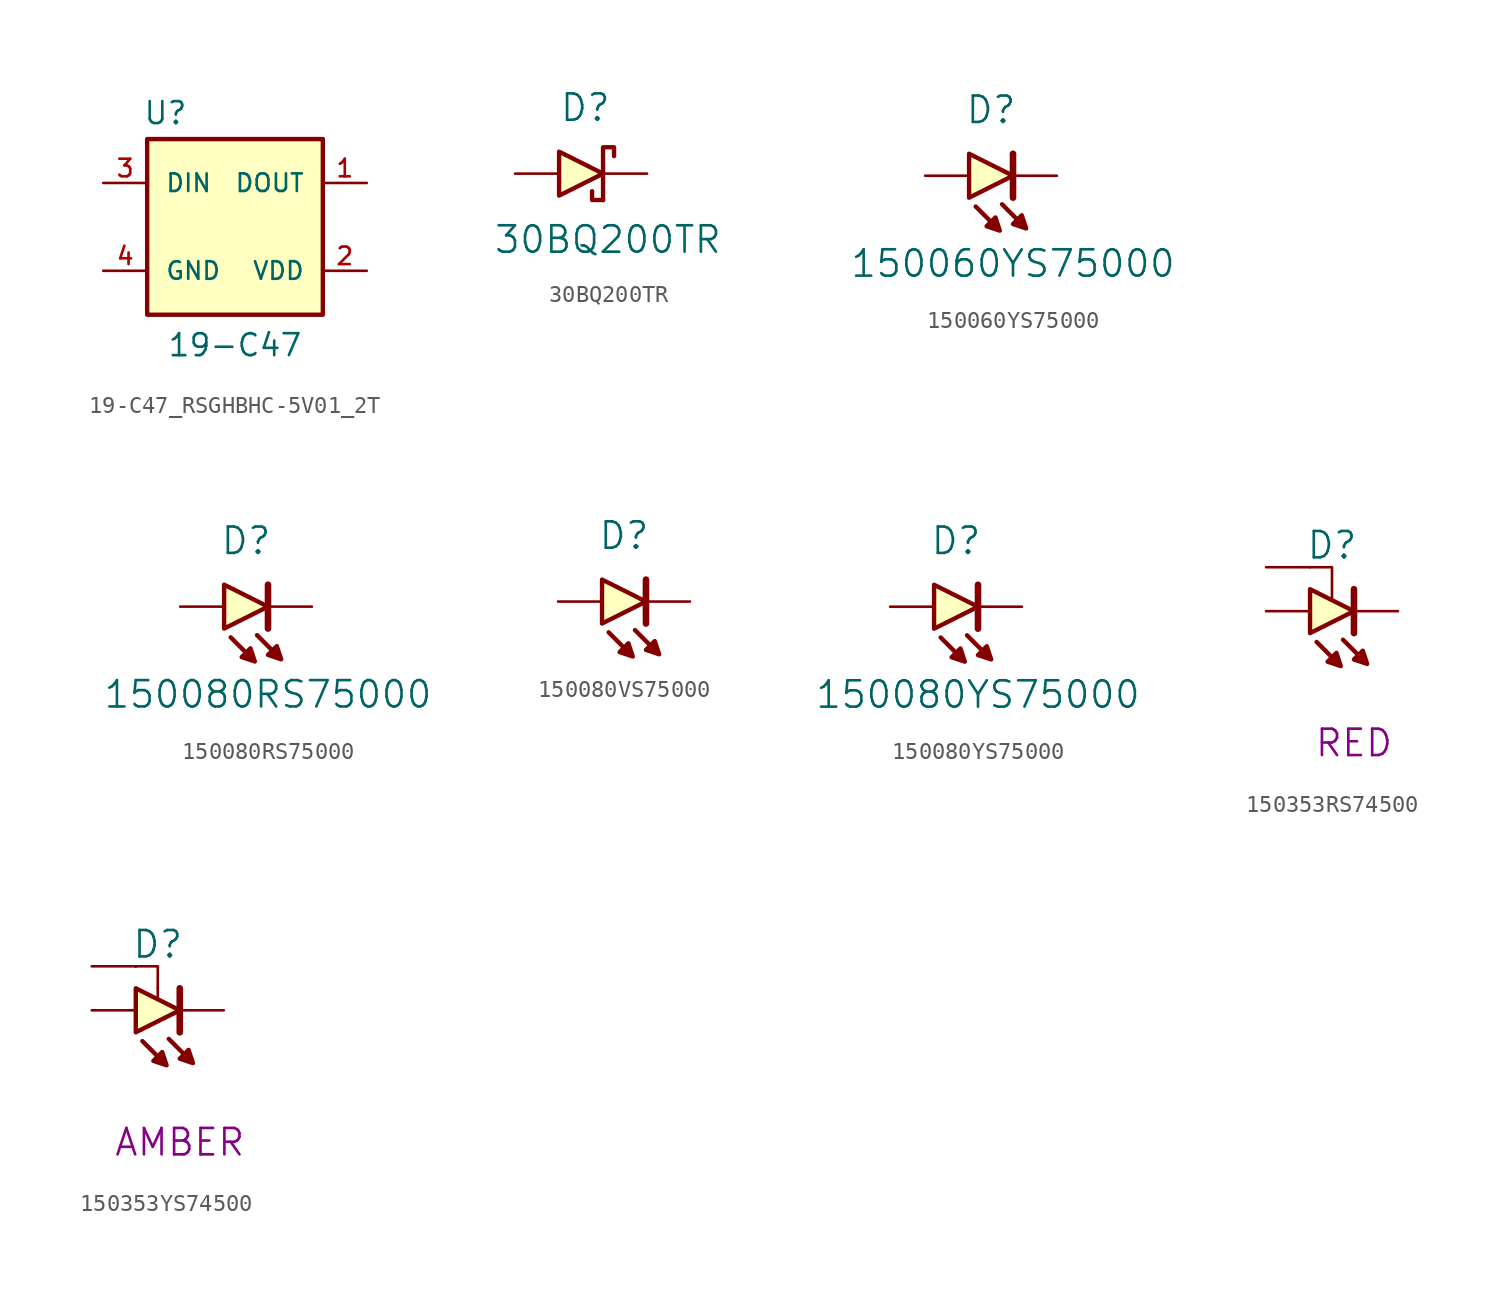
<source format=kicad_sym>
(kicad_symbol_lib
  (version 20241209)
  (generator "kicad_symbol_editor")
  (generator_version "9.0")
  (symbol "19-C47_RSGHBHC-5V01_2T"
    (pin_names
      (offset 1.016))
    (property "Reference" "U"
      (at -5.334 5.842 0)
      (effects (font (size 1.27 1.27)) (justify left bottom)))
    (property "Value" "19-C47"
      (at 0 -6.096 0)
      (effects (font (size 1.27 1.27)) (justify top)))
    (symbol "19-C47_RSGHBHC-5V01_2T_0_0"
      (rectangle (start -5.08 5.08) (end 5.08 -5.08) (stroke (width 0.254) (type default)) (fill (type background))))
    (symbol "19-C47_RSGHBHC-5V01_2T_1_0"
      (pin input line (at -7.62 2.54 0) (length 2.54) (name "DIN" (effects (font (size 1.016 1.016)))) (number "3" (effects (font (size 1.016 1.016)))))
      (pin power_in line (at -7.62 -2.54 0) (length 2.54) (name "GND" (effects (font (size 1.016 1.016)))) (number "4" (effects (font (size 1.016 1.016)))))
      (pin output line (at 7.62 2.54 180) (length 2.54) (name "DOUT" (effects (font (size 1.016 1.016)))) (number "1" (effects (font (size 1.016 1.016)))))
      (pin power_in line (at 7.62 -2.54 180) (length 2.54) (name "VDD" (effects (font (size 1.016 1.016)))) (number "2" (effects (font (size 1.016 1.016)))))))
  (symbol "30BQ200TR"
    (pin_numbers
      (hide yes))
    (pin_names
      (offset 0)
      (hide yes))
    (property "Reference" "D"
      (at -1.27 3.81 0)
      (effects (font (size 1.524 1.524)) (justify left)))
    (property "Value" "30BQ200TR"
      (at -5.08 -3.81 0)
      (effects (font (size 1.524 1.524)) (justify left)))
    (symbol "30BQ200TR_0_1"
      (polyline (pts (xy -1.27 1.27) (xy -1.27 -1.27) (xy 1.27 0) (xy -1.27 1.27)) (stroke (width 0.254) (type default)) (fill (type background)))
      (polyline (pts (xy 1.27 -1.524) (xy 0.635 -1.524) (xy 0.635 -1.016)) (stroke (width 0.254) (type default)) (fill (type none)))
      (polyline (pts (xy 1.27 -1.524) (xy 1.27 1.524) (xy 1.905 1.524) (xy 1.905 1.016)) (stroke (width 0.254) (type default)) (fill (type none))))
    (symbol "30BQ200TR_1_1"
      (pin input line (at -3.81 0 0) (length 2.54) (name "Anode" (effects (font (size 1.27 1.27)))) (number "2" (effects (font (size 1.27 1.27)))))
      (pin input line (at 3.81 0 180) (length 2.54) (name "Cathode" (effects (font (size 1.27 1.27)))) (number "1" (effects (font (size 1.27 1.27)))))))
  (symbol "150060YS75000"
    (pin_numbers
      (hide yes))
    (pin_names
      (offset 0)
      (hide yes))
    (property "Reference" "D"
      (at -1.27 3.81 0)
      (effects (font (size 1.524 1.524))))
    (property "Value" "150060YS75000"
      (at 0 -5.08 0)
      (effects (font (size 1.524 1.524))))
    (symbol "150060YS75000_0_1"
      (polyline (pts (xy -2.54 1.27) (xy -2.54 -1.27) (xy 0 0) (xy -2.54 1.27)) (stroke (width 0.254) (type default)) (fill (type background)))
      (polyline (pts (xy -2.159 -1.778) (xy -0.762 -3.175) (xy -1.016 -2.413) (xy -1.524 -2.921) (xy -0.762 -3.175)) (stroke (width 0.254) (type default)) (fill (type outline)))
      (polyline (pts (xy -0.635 -1.651) (xy 0.762 -3.048) (xy 0 -2.794) (xy 0.508 -2.286) (xy 0.762 -3.048)) (stroke (width 0.254) (type default)) (fill (type outline)))
      (polyline (pts (xy 0 -1.27) (xy 0 1.27)) (stroke (width 0.381) (type default)) (fill (type none))))
    (symbol "150060YS75000_1_1"
      (pin passive line (at -5.08 0 0) (length 2.54) (name "Anode" (effects (font (size 1.27 1.27)))) (number "2" (effects (font (size 1.27 1.27)))))
      (pin passive line (at 2.54 0 180) (length 2.54) (name "Cathode" (effects (font (size 1.27 1.27)))) (number "1" (effects (font (size 1.27 1.27)))))))
  (symbol "150080RS75000"
    (pin_numbers
      (hide yes))
    (pin_names
      (offset 0)
      (hide yes))
    (property "Reference" "D"
      (at -1.27 3.81 0)
      (effects (font (size 1.524 1.524))))
    (property "Value" "150080RS75000"
      (at 0 -5.08 0)
      (effects (font (size 1.524 1.524))))
    (symbol "150080RS75000_0_1"
      (polyline (pts (xy -2.54 1.27) (xy -2.54 -1.27) (xy 0 0) (xy -2.54 1.27)) (stroke (width 0.254) (type default)) (fill (type background)))
      (polyline (pts (xy -2.159 -1.778) (xy -0.762 -3.175) (xy -1.016 -2.413) (xy -1.524 -2.921) (xy -0.762 -3.175)) (stroke (width 0.254) (type default)) (fill (type outline)))
      (polyline (pts (xy -0.635 -1.651) (xy 0.762 -3.048) (xy 0 -2.794) (xy 0.508 -2.286) (xy 0.762 -3.048)) (stroke (width 0.254) (type default)) (fill (type outline)))
      (polyline (pts (xy 0 -1.27) (xy 0 1.27)) (stroke (width 0.381) (type default)) (fill (type none))))
    (symbol "150080RS75000_1_1"
      (pin passive line (at -5.08 0 0) (length 2.54) (name "Anode" (effects (font (size 1.27 1.27)))) (number "2" (effects (font (size 1.27 1.27)))))
      (pin passive line (at 2.54 0 180) (length 2.54) (name "Cathode" (effects (font (size 1.27 1.27)))) (number "1" (effects (font (size 1.27 1.27)))))))
  (symbol "150080VS75000"
    (pin_numbers
      (hide yes))
    (pin_names
      (offset 0)
      (hide yes))
    (property "Reference" "D"
      (at -1.27 3.81 0)
      (effects (font (size 1.524 1.524))))
    (symbol "150080VS75000_0_1"
      (polyline (pts (xy -2.54 1.27) (xy -2.54 -1.27) (xy 0 0) (xy -2.54 1.27)) (stroke (width 0.254) (type default)) (fill (type background)))
      (polyline (pts (xy -2.159 -1.778) (xy -0.762 -3.175) (xy -1.016 -2.413) (xy -1.524 -2.921) (xy -0.762 -3.175)) (stroke (width 0.254) (type default)) (fill (type outline)))
      (polyline (pts (xy -0.635 -1.651) (xy 0.762 -3.048) (xy 0 -2.794) (xy 0.508 -2.286) (xy 0.762 -3.048)) (stroke (width 0.254) (type default)) (fill (type outline)))
      (polyline (pts (xy 0 -1.27) (xy 0 1.27)) (stroke (width 0.381) (type default)) (fill (type none))))
    (symbol "150080VS75000_1_1"
      (pin passive line (at -5.08 0 0) (length 2.54) (name "Anode" (effects (font (size 1.27 1.27)))) (number "2" (effects (font (size 1.27 1.27)))))
      (pin passive line (at 2.54 0 180) (length 2.54) (name "Cathode" (effects (font (size 1.27 1.27)))) (number "1" (effects (font (size 1.27 1.27)))))))
  (symbol "150080YS75000"
    (pin_numbers
      (hide yes))
    (pin_names
      (offset 0)
      (hide yes))
    (property "Reference" "D"
      (at -1.27 3.81 0)
      (effects (font (size 1.524 1.524))))
    (property "Value" "150080YS75000"
      (at 0 -5.08 0)
      (effects (font (size 1.524 1.524))))
    (symbol "150080YS75000_0_1"
      (polyline (pts (xy -2.54 1.27) (xy -2.54 -1.27) (xy 0 0) (xy -2.54 1.27)) (stroke (width 0.254) (type default)) (fill (type background)))
      (polyline (pts (xy -2.159 -1.778) (xy -0.762 -3.175) (xy -1.016 -2.413) (xy -1.524 -2.921) (xy -0.762 -3.175)) (stroke (width 0.254) (type default)) (fill (type outline)))
      (polyline (pts (xy -0.635 -1.651) (xy 0.762 -3.048) (xy 0 -2.794) (xy 0.508 -2.286) (xy 0.762 -3.048)) (stroke (width 0.254) (type default)) (fill (type outline)))
      (polyline (pts (xy 0 -1.27) (xy 0 1.27)) (stroke (width 0.381) (type default)) (fill (type none))))
    (symbol "150080YS75000_1_1"
      (pin passive line (at -5.08 0 0) (length 2.54) (name "Anode" (effects (font (size 1.27 1.27)))) (number "2" (effects (font (size 1.27 1.27)))))
      (pin passive line (at 2.54 0 180) (length 2.54) (name "Cathode" (effects (font (size 1.27 1.27)))) (number "1" (effects (font (size 1.27 1.27)))))))
  (symbol "150353RS74500"
    (pin_numbers
      (hide yes))
    (pin_names
      (offset 0)
      (hide yes))
    (property "Reference" "D"
      (at -1.27 3.81 0)
      (effects (font (size 1.524 1.524))))
    (property "Color" "RED"
      (at 0 -7.62 0)
      (effects (font (size 1.524 1.524))))
    (symbol "150353RS74500_0_1"
      (polyline (pts (xy -2.54 2.54) (xy -1.27 2.54) (xy -1.27 0.61)) (stroke (width 0) (type default)) (fill (type none)))
      (polyline (pts (xy -2.54 1.27) (xy -2.54 -1.27) (xy 0 0) (xy -2.54 1.27)) (stroke (width 0.254) (type default)) (fill (type background)))
      (polyline (pts (xy -2.159 -1.778) (xy -0.762 -3.175) (xy -1.016 -2.413) (xy -1.524 -2.921) (xy -0.762 -3.175)) (stroke (width 0.254) (type default)) (fill (type outline)))
      (polyline (pts (xy -0.635 -1.651) (xy 0.762 -3.048) (xy 0 -2.794) (xy 0.508 -2.286) (xy 0.762 -3.048)) (stroke (width 0.254) (type default)) (fill (type outline)))
      (polyline (pts (xy 0 -1.27) (xy 0 1.27)) (stroke (width 0.381) (type default)) (fill (type none))))
    (symbol "150353RS74500_1_1"
      (pin passive line (at -5.08 2.54 0) (length 2.54) (name "pad" (effects (font (size 1.27 1.27)))) (number "3" (effects (font (size 1.27 1.27)))))
      (pin passive line (at -5.08 0 0) (length 2.54) (name "Anode" (effects (font (size 1.27 1.27)))) (number "2" (effects (font (size 1.27 1.27)))))
      (pin passive line (at 2.54 0 180) (length 2.54) (name "Cathode" (effects (font (size 1.27 1.27)))) (number "1" (effects (font (size 1.27 1.27)))))))
  (symbol "150353YS74500"
    (pin_numbers
      (hide yes))
    (pin_names
      (offset 0)
      (hide yes))
    (property "Reference" "D"
      (at -1.27 3.81 0)
      (effects (font (size 1.524 1.524))))
    (property "Color" "AMBER"
      (at 0 -7.62 0)
      (effects (font (size 1.524 1.524))))
    (symbol "150353YS74500_0_1"
      (polyline (pts (xy -2.54 2.54) (xy -2.54 2.54)) (stroke (width 0) (type default)) (fill (type none)))
      (polyline (pts (xy -2.54 2.54) (xy -2.54 2.54)) (stroke (width 0) (type default)) (fill (type none)))
      (polyline (pts (xy -2.54 2.54) (xy -1.27 2.54) (xy -1.27 1.27)) (stroke (width 0) (type default)) (fill (type none)))
      (polyline (pts (xy -2.54 1.27) (xy -2.54 -1.27) (xy 0 0) (xy -2.54 1.27)) (stroke (width 0.254) (type default)) (fill (type background)))
      (polyline (pts (xy -2.159 -1.778) (xy -0.762 -3.175) (xy -1.016 -2.413) (xy -1.524 -2.921) (xy -0.762 -3.175)) (stroke (width 0.254) (type default)) (fill (type outline)))
      (polyline (pts (xy -1.27 1.27) (xy -1.27 0.635)) (stroke (width 0) (type default)) (fill (type none)))
      (polyline (pts (xy -0.635 -1.651) (xy 0.762 -3.048) (xy 0 -2.794) (xy 0.508 -2.286) (xy 0.762 -3.048)) (stroke (width 0.254) (type default)) (fill (type outline)))
      (polyline (pts (xy 0 -1.27) (xy 0 1.27)) (stroke (width 0.381) (type default)) (fill (type none))))
    (symbol "150353YS74500_1_1"
      (pin passive line (at -5.08 2.54 0) (length 2.54) (name "pad" (effects (font (size 1.27 1.27)))) (number "3" (effects (font (size 1.27 1.27)))))
      (pin passive line (at -5.08 0 0) (length 2.54) (name "Anode" (effects (font (size 1.27 1.27)))) (number "2" (effects (font (size 1.27 1.27)))))
      (pin passive line (at 2.54 0 180) (length 2.54) (name "Cathode" (effects (font (size 1.27 1.27)))) (number "1" (effects (font (size 1.27 1.27))))))))
</source>
